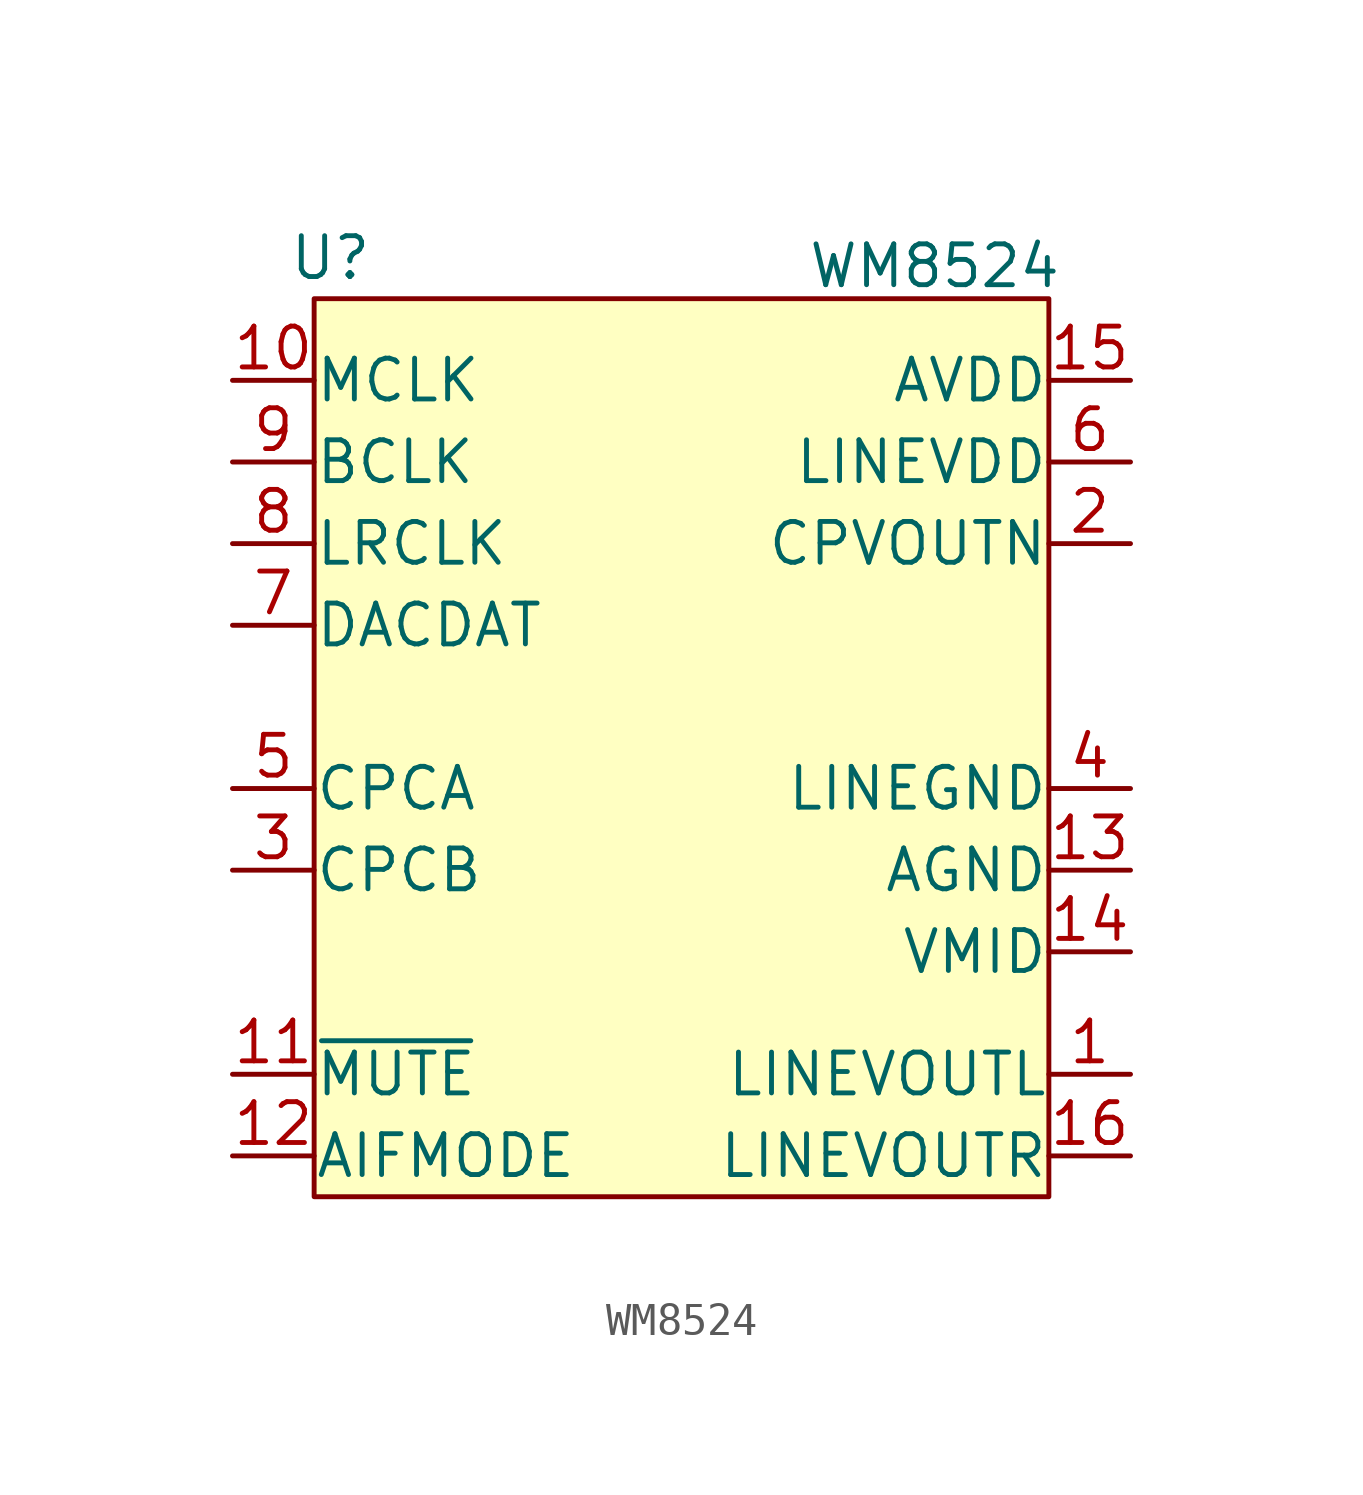
<source format=kicad_sym>
(kicad_symbol_lib
  (version 20241209)
  (generator "kicad_symbol_editor")
  (generator_version "9.0")
  (symbol "WM8524"
    (pin_names
      (offset 0.002))
    (property "Reference" "U"
      (at -10.922 15.24 0)
      (effects (font (size 1.27 1.27))))
    (property "Value" "WM8524"
      (at 7.874 14.986 0)
      (effects (font (size 1.27 1.27))))
    (symbol "WM8524_1_1"
      (rectangle (start -11.43 13.97) (end 11.43 -13.97) (stroke (width 0) (type solid)) (fill (type background)))
      (pin bidirectional line (at -13.97 11.43 0) (length 2.54) (name "MCLK" (effects (font (size 1.27 1.27)))) (number "10" (effects (font (size 1.27 1.27)))))
      (pin bidirectional line (at -13.97 8.89 0) (length 2.54) (name "BCLK" (effects (font (size 1.27 1.27)))) (number "9" (effects (font (size 1.27 1.27)))))
      (pin bidirectional line (at -13.97 6.35 0) (length 2.54) (name "LRCLK" (effects (font (size 1.27 1.27)))) (number "8" (effects (font (size 1.27 1.27)))))
      (pin bidirectional line (at -13.97 3.81 0) (length 2.54) (name "DACDAT" (effects (font (size 1.27 1.27)))) (number "7" (effects (font (size 1.27 1.27)))))
      (pin bidirectional line (at -13.97 -1.27 0) (length 2.54) (name "CPCA" (effects (font (size 1.27 1.27)))) (number "5" (effects (font (size 1.27 1.27)))))
      (pin bidirectional line (at -13.97 -3.81 0) (length 2.54) (name "CPCB" (effects (font (size 1.27 1.27)))) (number "3" (effects (font (size 1.27 1.27)))))
      (pin bidirectional line (at -13.97 -10.16 0) (length 2.54) (name "~{MUTE}" (effects (font (size 1.27 1.27)))) (number "11" (effects (font (size 1.27 1.27)))))
      (pin bidirectional line (at -13.97 -12.7 0) (length 2.54) (name "AIFMODE" (effects (font (size 1.27 1.27)))) (number "12" (effects (font (size 1.27 1.27)))))
      (pin power_in line (at 13.97 11.43 180) (length 2.54) (name "AVDD" (effects (font (size 1.27 1.27)))) (number "15" (effects (font (size 1.27 1.27)))))
      (pin power_in line (at 13.97 8.89 180) (length 2.54) (name "LINEVDD" (effects (font (size 1.27 1.27)))) (number "6" (effects (font (size 1.27 1.27)))))
      (pin bidirectional line (at 13.97 6.35 180) (length 2.54) (name "CPVOUTN" (effects (font (size 1.27 1.27)))) (number "2" (effects (font (size 1.27 1.27)))))
      (pin power_in line (at 13.97 -1.27 180) (length 2.54) (name "LINEGND" (effects (font (size 1.27 1.27)))) (number "4" (effects (font (size 1.27 1.27)))))
      (pin power_in line (at 13.97 -3.81 180) (length 2.54) (name "AGND" (effects (font (size 1.27 1.27)))) (number "13" (effects (font (size 1.27 1.27)))))
      (pin bidirectional line (at 13.97 -6.35 180) (length 2.54) (name "VMID" (effects (font (size 1.27 1.27)))) (number "14" (effects (font (size 1.27 1.27)))))
      (pin bidirectional line (at 13.97 -10.16 180) (length 2.54) (name "LINEVOUTL" (effects (font (size 1.27 1.27)))) (number "1" (effects (font (size 1.27 1.27)))))
      (pin bidirectional line (at 13.97 -12.7 180) (length 2.54) (name "LINEVOUTR" (effects (font (size 1.27 1.27)))) (number "16" (effects (font (size 1.27 1.27))))))))
</source>
